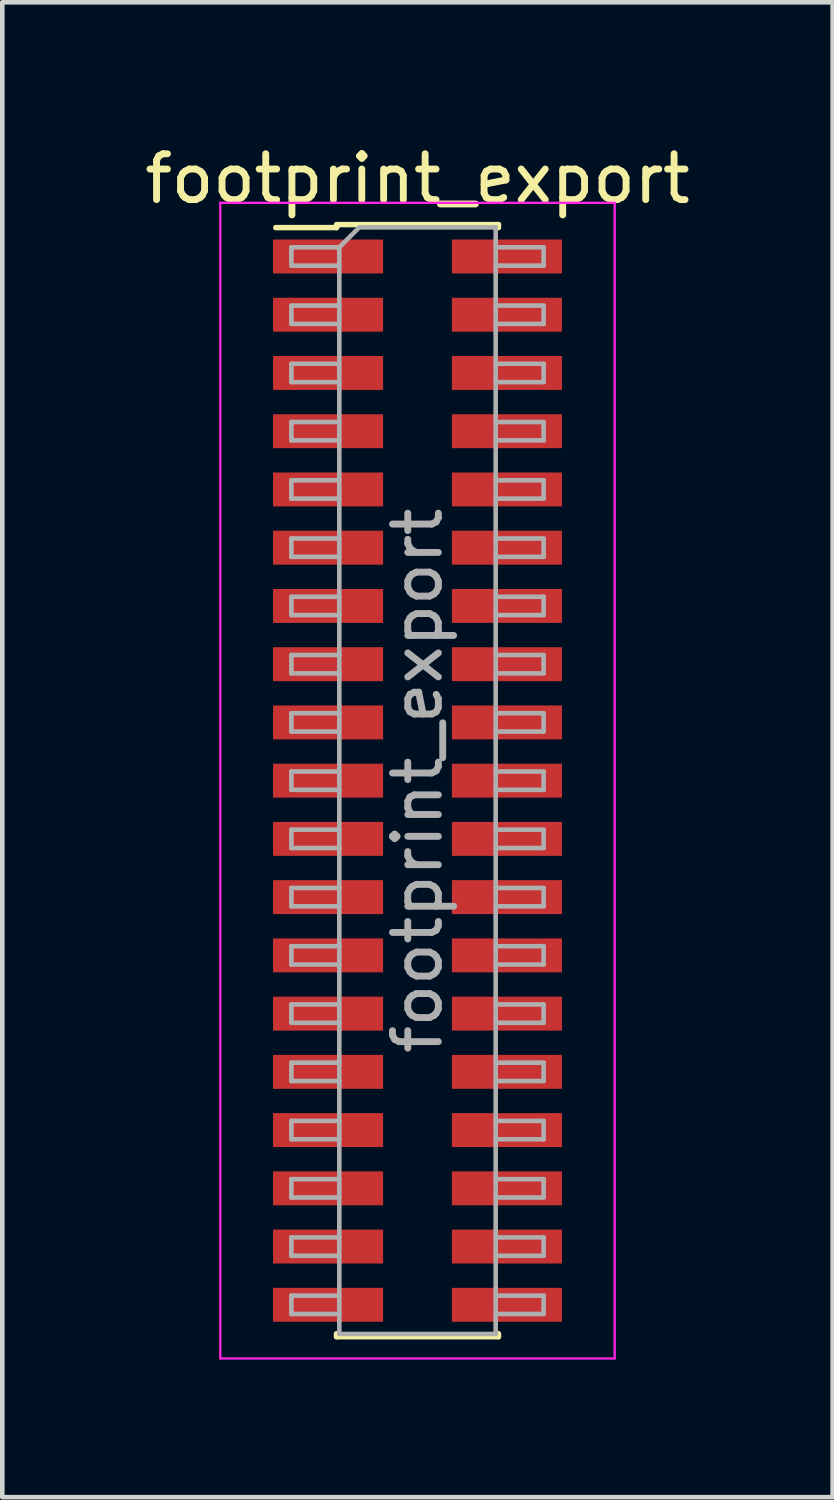
<source format=kicad_pcb>
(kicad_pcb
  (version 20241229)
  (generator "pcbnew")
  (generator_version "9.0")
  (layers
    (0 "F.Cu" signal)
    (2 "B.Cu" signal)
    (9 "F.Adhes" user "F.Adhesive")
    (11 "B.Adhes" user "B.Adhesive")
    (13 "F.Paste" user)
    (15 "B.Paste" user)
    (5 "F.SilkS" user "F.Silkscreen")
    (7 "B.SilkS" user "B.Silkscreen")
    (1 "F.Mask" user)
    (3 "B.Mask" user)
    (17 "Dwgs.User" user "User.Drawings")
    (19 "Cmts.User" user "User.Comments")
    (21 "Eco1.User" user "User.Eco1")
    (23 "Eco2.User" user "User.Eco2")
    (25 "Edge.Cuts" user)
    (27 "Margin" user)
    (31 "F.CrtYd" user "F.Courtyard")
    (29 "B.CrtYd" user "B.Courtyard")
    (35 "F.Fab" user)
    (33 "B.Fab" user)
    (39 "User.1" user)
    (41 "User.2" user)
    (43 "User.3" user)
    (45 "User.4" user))
  (footprint "footprint_export"
    (layer "F.Cu")
    (at 6.054 13.973)
    (property "Reference" "footprint_export" (at 0 -13.125 0) (layer "F.SilkS") (effects (font (size 1 1) (thickness 0.15))))
    (attr smd)
    (fp_line (start -3.09 -12.06) (end -1.765 -12.06) (stroke (width 0.12) (type solid)) (layer "F.SilkS"))
    (fp_line (start -1.765 -12.125) (end -1.765 -12.06) (stroke (width 0.12) (type solid)) (layer "F.SilkS"))
    (fp_line (start -1.765 -12.125) (end 1.765 -12.125) (stroke (width 0.12) (type solid)) (layer "F.SilkS"))
    (fp_line (start -1.765 12.06) (end -1.765 12.125) (stroke (width 0.12) (type solid)) (layer "F.SilkS"))
    (fp_line (start -1.765 12.125) (end 1.765 12.125) (stroke (width 0.12) (type solid)) (layer "F.SilkS"))
    (fp_line (start 1.765 -12.125) (end 1.765 -12.06) (stroke (width 0.12) (type solid)) (layer "F.SilkS"))
    (fp_line (start 1.765 12.06) (end 1.765 12.125) (stroke (width 0.12) (type solid)) (layer "F.SilkS"))
    (fp_line (start -4.3 -12.6) (end -4.3 12.6) (stroke (width 0.05) (type solid)) (layer "F.CrtYd"))
    (fp_line (start -4.3 12.6) (end 4.3 12.6) (stroke (width 0.05) (type solid)) (layer "F.CrtYd"))
    (fp_line (start 4.3 -12.6) (end -4.3 -12.6) (stroke (width 0.05) (type solid)) (layer "F.CrtYd"))
    (fp_line (start 4.3 12.6) (end 4.3 -12.6) (stroke (width 0.05) (type solid)) (layer "F.CrtYd"))
    (fp_line (start -2.75 -11.63) (end -2.75 -11.23) (stroke (width 0.1) (type solid)) (layer "F.Fab"))
    (fp_line (start -2.75 -11.23) (end -1.705 -11.23) (stroke (width 0.1) (type solid)) (layer "F.Fab"))
    (fp_line (start -2.75 -10.36) (end -2.75 -9.96) (stroke (width 0.1) (type solid)) (layer "F.Fab"))
    (fp_line (start -2.75 -9.96) (end -1.705 -9.96) (stroke (width 0.1) (type solid)) (layer "F.Fab"))
    (fp_line (start -2.75 -9.09) (end -2.75 -8.69) (stroke (width 0.1) (type solid)) (layer "F.Fab"))
    (fp_line (start -2.75 -8.69) (end -1.705 -8.69) (stroke (width 0.1) (type solid)) (layer "F.Fab"))
    (fp_line (start -2.75 -7.82) (end -2.75 -7.42) (stroke (width 0.1) (type solid)) (layer "F.Fab"))
    (fp_line (start -2.75 -7.42) (end -1.705 -7.42) (stroke (width 0.1) (type solid)) (layer "F.Fab"))
    (fp_line (start -2.75 -6.55) (end -2.75 -6.15) (stroke (width 0.1) (type solid)) (layer "F.Fab"))
    (fp_line (start -2.75 -6.15) (end -1.705 -6.15) (stroke (width 0.1) (type solid)) (layer "F.Fab"))
    (fp_line (start -2.75 -5.28) (end -2.75 -4.88) (stroke (width 0.1) (type solid)) (layer "F.Fab"))
    (fp_line (start -2.75 -4.88) (end -1.705 -4.88) (stroke (width 0.1) (type solid)) (layer "F.Fab"))
    (fp_line (start -2.75 -4.01) (end -2.75 -3.61) (stroke (width 0.1) (type solid)) (layer "F.Fab"))
    (fp_line (start -2.75 -3.61) (end -1.705 -3.61) (stroke (width 0.1) (type solid)) (layer "F.Fab"))
    (fp_line (start -2.75 -2.74) (end -2.75 -2.34) (stroke (width 0.1) (type solid)) (layer "F.Fab"))
    (fp_line (start -2.75 -2.34) (end -1.705 -2.34) (stroke (width 0.1) (type solid)) (layer "F.Fab"))
    (fp_line (start -2.75 -1.47) (end -2.75 -1.07) (stroke (width 0.1) (type solid)) (layer "F.Fab"))
    (fp_line (start -2.75 -1.07) (end -1.705 -1.07) (stroke (width 0.1) (type solid)) (layer "F.Fab"))
    (fp_line (start -2.75 -0.2) (end -2.75 0.2) (stroke (width 0.1) (type solid)) (layer "F.Fab"))
    (fp_line (start -2.75 0.2) (end -1.705 0.2) (stroke (width 0.1) (type solid)) (layer "F.Fab"))
    (fp_line (start -2.75 1.07) (end -2.75 1.47) (stroke (width 0.1) (type solid)) (layer "F.Fab"))
    (fp_line (start -2.75 1.47) (end -1.705 1.47) (stroke (width 0.1) (type solid)) (layer "F.Fab"))
    (fp_line (start -2.75 2.34) (end -2.75 2.74) (stroke (width 0.1) (type solid)) (layer "F.Fab"))
    (fp_line (start -2.75 2.74) (end -1.705 2.74) (stroke (width 0.1) (type solid)) (layer "F.Fab"))
    (fp_line (start -2.75 3.61) (end -2.75 4.01) (stroke (width 0.1) (type solid)) (layer "F.Fab"))
    (fp_line (start -2.75 4.01) (end -1.705 4.01) (stroke (width 0.1) (type solid)) (layer "F.Fab"))
    (fp_line (start -2.75 4.88) (end -2.75 5.28) (stroke (width 0.1) (type solid)) (layer "F.Fab"))
    (fp_line (start -2.75 5.28) (end -1.705 5.28) (stroke (width 0.1) (type solid)) (layer "F.Fab"))
    (fp_line (start -2.75 6.15) (end -2.75 6.55) (stroke (width 0.1) (type solid)) (layer "F.Fab"))
    (fp_line (start -2.75 6.55) (end -1.705 6.55) (stroke (width 0.1) (type solid)) (layer "F.Fab"))
    (fp_line (start -2.75 7.42) (end -2.75 7.82) (stroke (width 0.1) (type solid)) (layer "F.Fab"))
    (fp_line (start -2.75 7.82) (end -1.705 7.82) (stroke (width 0.1) (type solid)) (layer "F.Fab"))
    (fp_line (start -2.75 8.69) (end -2.75 9.09) (stroke (width 0.1) (type solid)) (layer "F.Fab"))
    (fp_line (start -2.75 9.09) (end -1.705 9.09) (stroke (width 0.1) (type solid)) (layer "F.Fab"))
    (fp_line (start -2.75 9.96) (end -2.75 10.36) (stroke (width 0.1) (type solid)) (layer "F.Fab"))
    (fp_line (start -2.75 10.36) (end -1.705 10.36) (stroke (width 0.1) (type solid)) (layer "F.Fab"))
    (fp_line (start -2.75 11.23) (end -2.75 11.63) (stroke (width 0.1) (type solid)) (layer "F.Fab"))
    (fp_line (start -2.75 11.63) (end -1.705 11.63) (stroke (width 0.1) (type solid)) (layer "F.Fab"))
    (fp_line (start -1.705 -11.63) (end -2.75 -11.63) (stroke (width 0.1) (type solid)) (layer "F.Fab"))
    (fp_line (start -1.705 -11.63) (end -1.27 -12.065) (stroke (width 0.1) (type solid)) (layer "F.Fab"))
    (fp_line (start -1.705 -10.36) (end -2.75 -10.36) (stroke (width 0.1) (type solid)) (layer "F.Fab"))
    (fp_line (start -1.705 -9.09) (end -2.75 -9.09) (stroke (width 0.1) (type solid)) (layer "F.Fab"))
    (fp_line (start -1.705 -7.82) (end -2.75 -7.82) (stroke (width 0.1) (type solid)) (layer "F.Fab"))
    (fp_line (start -1.705 -6.55) (end -2.75 -6.55) (stroke (width 0.1) (type solid)) (layer "F.Fab"))
    (fp_line (start -1.705 -5.28) (end -2.75 -5.28) (stroke (width 0.1) (type solid)) (layer "F.Fab"))
    (fp_line (start -1.705 -4.01) (end -2.75 -4.01) (stroke (width 0.1) (type solid)) (layer "F.Fab"))
    (fp_line (start -1.705 -2.74) (end -2.75 -2.74) (stroke (width 0.1) (type solid)) (layer "F.Fab"))
    (fp_line (start -1.705 -1.47) (end -2.75 -1.47) (stroke (width 0.1) (type solid)) (layer "F.Fab"))
    (fp_line (start -1.705 -0.2) (end -2.75 -0.2) (stroke (width 0.1) (type solid)) (layer "F.Fab"))
    (fp_line (start -1.705 1.07) (end -2.75 1.07) (stroke (width 0.1) (type solid)) (layer "F.Fab"))
    (fp_line (start -1.705 2.34) (end -2.75 2.34) (stroke (width 0.1) (type solid)) (layer "F.Fab"))
    (fp_line (start -1.705 3.61) (end -2.75 3.61) (stroke (width 0.1) (type solid)) (layer "F.Fab"))
    (fp_line (start -1.705 4.88) (end -2.75 4.88) (stroke (width 0.1) (type solid)) (layer "F.Fab"))
    (fp_line (start -1.705 6.15) (end -2.75 6.15) (stroke (width 0.1) (type solid)) (layer "F.Fab"))
    (fp_line (start -1.705 7.42) (end -2.75 7.42) (stroke (width 0.1) (type solid)) (layer "F.Fab"))
    (fp_line (start -1.705 8.69) (end -2.75 8.69) (stroke (width 0.1) (type solid)) (layer "F.Fab"))
    (fp_line (start -1.705 9.96) (end -2.75 9.96) (stroke (width 0.1) (type solid)) (layer "F.Fab"))
    (fp_line (start -1.705 11.23) (end -2.75 11.23) (stroke (width 0.1) (type solid)) (layer "F.Fab"))
    (fp_line (start -1.705 12.065) (end -1.705 -11.63) (stroke (width 0.1) (type solid)) (layer "F.Fab"))
    (fp_line (start -1.27 -12.065) (end 1.705 -12.065) (stroke (width 0.1) (type solid)) (layer "F.Fab"))
    (fp_line (start 1.705 -12.065) (end 1.705 12.065) (stroke (width 0.1) (type solid)) (layer "F.Fab"))
    (fp_line (start 1.705 -11.63) (end 2.75 -11.63) (stroke (width 0.1) (type solid)) (layer "F.Fab"))
    (fp_line (start 1.705 -10.36) (end 2.75 -10.36) (stroke (width 0.1) (type solid)) (layer "F.Fab"))
    (fp_line (start 1.705 -9.09) (end 2.75 -9.09) (stroke (width 0.1) (type solid)) (layer "F.Fab"))
    (fp_line (start 1.705 -7.82) (end 2.75 -7.82) (stroke (width 0.1) (type solid)) (layer "F.Fab"))
    (fp_line (start 1.705 -6.55) (end 2.75 -6.55) (stroke (width 0.1) (type solid)) (layer "F.Fab"))
    (fp_line (start 1.705 -5.28) (end 2.75 -5.28) (stroke (width 0.1) (type solid)) (layer "F.Fab"))
    (fp_line (start 1.705 -4.01) (end 2.75 -4.01) (stroke (width 0.1) (type solid)) (layer "F.Fab"))
    (fp_line (start 1.705 -2.74) (end 2.75 -2.74) (stroke (width 0.1) (type solid)) (layer "F.Fab"))
    (fp_line (start 1.705 -1.47) (end 2.75 -1.47) (stroke (width 0.1) (type solid)) (layer "F.Fab"))
    (fp_line (start 1.705 -0.2) (end 2.75 -0.2) (stroke (width 0.1) (type solid)) (layer "F.Fab"))
    (fp_line (start 1.705 1.07) (end 2.75 1.07) (stroke (width 0.1) (type solid)) (layer "F.Fab"))
    (fp_line (start 1.705 2.34) (end 2.75 2.34) (stroke (width 0.1) (type solid)) (layer "F.Fab"))
    (fp_line (start 1.705 3.61) (end 2.75 3.61) (stroke (width 0.1) (type solid)) (layer "F.Fab"))
    (fp_line (start 1.705 4.88) (end 2.75 4.88) (stroke (width 0.1) (type solid)) (layer "F.Fab"))
    (fp_line (start 1.705 6.15) (end 2.75 6.15) (stroke (width 0.1) (type solid)) (layer "F.Fab"))
    (fp_line (start 1.705 7.42) (end 2.75 7.42) (stroke (width 0.1) (type solid)) (layer "F.Fab"))
    (fp_line (start 1.705 8.69) (end 2.75 8.69) (stroke (width 0.1) (type solid)) (layer "F.Fab"))
    (fp_line (start 1.705 9.96) (end 2.75 9.96) (stroke (width 0.1) (type solid)) (layer "F.Fab"))
    (fp_line (start 1.705 11.23) (end 2.75 11.23) (stroke (width 0.1) (type solid)) (layer "F.Fab"))
    (fp_line (start 1.705 12.065) (end -1.705 12.065) (stroke (width 0.1) (type solid)) (layer "F.Fab"))
    (fp_line (start 2.75 -11.63) (end 2.75 -11.23) (stroke (width 0.1) (type solid)) (layer "F.Fab"))
    (fp_line (start 2.75 -11.23) (end 1.705 -11.23) (stroke (width 0.1) (type solid)) (layer "F.Fab"))
    (fp_line (start 2.75 -10.36) (end 2.75 -9.96) (stroke (width 0.1) (type solid)) (layer "F.Fab"))
    (fp_line (start 2.75 -9.96) (end 1.705 -9.96) (stroke (width 0.1) (type solid)) (layer "F.Fab"))
    (fp_line (start 2.75 -9.09) (end 2.75 -8.69) (stroke (width 0.1) (type solid)) (layer "F.Fab"))
    (fp_line (start 2.75 -8.69) (end 1.705 -8.69) (stroke (width 0.1) (type solid)) (layer "F.Fab"))
    (fp_line (start 2.75 -7.82) (end 2.75 -7.42) (stroke (width 0.1) (type solid)) (layer "F.Fab"))
    (fp_line (start 2.75 -7.42) (end 1.705 -7.42) (stroke (width 0.1) (type solid)) (layer "F.Fab"))
    (fp_line (start 2.75 -6.55) (end 2.75 -6.15) (stroke (width 0.1) (type solid)) (layer "F.Fab"))
    (fp_line (start 2.75 -6.15) (end 1.705 -6.15) (stroke (width 0.1) (type solid)) (layer "F.Fab"))
    (fp_line (start 2.75 -5.28) (end 2.75 -4.88) (stroke (width 0.1) (type solid)) (layer "F.Fab"))
    (fp_line (start 2.75 -4.88) (end 1.705 -4.88) (stroke (width 0.1) (type solid)) (layer "F.Fab"))
    (fp_line (start 2.75 -4.01) (end 2.75 -3.61) (stroke (width 0.1) (type solid)) (layer "F.Fab"))
    (fp_line (start 2.75 -3.61) (end 1.705 -3.61) (stroke (width 0.1) (type solid)) (layer "F.Fab"))
    (fp_line (start 2.75 -2.74) (end 2.75 -2.34) (stroke (width 0.1) (type solid)) (layer "F.Fab"))
    (fp_line (start 2.75 -2.34) (end 1.705 -2.34) (stroke (width 0.1) (type solid)) (layer "F.Fab"))
    (fp_line (start 2.75 -1.47) (end 2.75 -1.07) (stroke (width 0.1) (type solid)) (layer "F.Fab"))
    (fp_line (start 2.75 -1.07) (end 1.705 -1.07) (stroke (width 0.1) (type solid)) (layer "F.Fab"))
    (fp_line (start 2.75 -0.2) (end 2.75 0.2) (stroke (width 0.1) (type solid)) (layer "F.Fab"))
    (fp_line (start 2.75 0.2) (end 1.705 0.2) (stroke (width 0.1) (type solid)) (layer "F.Fab"))
    (fp_line (start 2.75 1.07) (end 2.75 1.47) (stroke (width 0.1) (type solid)) (layer "F.Fab"))
    (fp_line (start 2.75 1.47) (end 1.705 1.47) (stroke (width 0.1) (type solid)) (layer "F.Fab"))
    (fp_line (start 2.75 2.34) (end 2.75 2.74) (stroke (width 0.1) (type solid)) (layer "F.Fab"))
    (fp_line (start 2.75 2.74) (end 1.705 2.74) (stroke (width 0.1) (type solid)) (layer "F.Fab"))
    (fp_line (start 2.75 3.61) (end 2.75 4.01) (stroke (width 0.1) (type solid)) (layer "F.Fab"))
    (fp_line (start 2.75 4.01) (end 1.705 4.01) (stroke (width 0.1) (type solid)) (layer "F.Fab"))
    (fp_line (start 2.75 4.88) (end 2.75 5.28) (stroke (width 0.1) (type solid)) (layer "F.Fab"))
    (fp_line (start 2.75 5.28) (end 1.705 5.28) (stroke (width 0.1) (type solid)) (layer "F.Fab"))
    (fp_line (start 2.75 6.15) (end 2.75 6.55) (stroke (width 0.1) (type solid)) (layer "F.Fab"))
    (fp_line (start 2.75 6.55) (end 1.705 6.55) (stroke (width 0.1) (type solid)) (layer "F.Fab"))
    (fp_line (start 2.75 7.42) (end 2.75 7.82) (stroke (width 0.1) (type solid)) (layer "F.Fab"))
    (fp_line (start 2.75 7.82) (end 1.705 7.82) (stroke (width 0.1) (type solid)) (layer "F.Fab"))
    (fp_line (start 2.75 8.69) (end 2.75 9.09) (stroke (width 0.1) (type solid)) (layer "F.Fab"))
    (fp_line (start 2.75 9.09) (end 1.705 9.09) (stroke (width 0.1) (type solid)) (layer "F.Fab"))
    (fp_line (start 2.75 9.96) (end 2.75 10.36) (stroke (width 0.1) (type solid)) (layer "F.Fab"))
    (fp_line (start 2.75 10.36) (end 1.705 10.36) (stroke (width 0.1) (type solid)) (layer "F.Fab"))
    (fp_line (start 2.75 11.23) (end 2.75 11.63) (stroke (width 0.1) (type solid)) (layer "F.Fab"))
    (fp_line (start 2.75 11.63) (end 1.705 11.63) (stroke (width 0.1) (type solid)) (layer "F.Fab"))
    (fp_text user "${REFERENCE}" (at 0 0 90) (layer "F.Fab") (effects (font (size 1 1) (thickness 0.15))))
    (pad "1" smd rect (at -1.95 -11.43) (size 2.4 0.74) (layers "F.Cu" "F.Mask" "F.Paste"))
    (pad "2" smd rect (at 1.95 -11.43) (size 2.4 0.74) (layers "F.Cu" "F.Mask" "F.Paste"))
    (pad "3" smd rect (at -1.95 -10.16) (size 2.4 0.74) (layers "F.Cu" "F.Mask" "F.Paste"))
    (pad "4" smd rect (at 1.95 -10.16) (size 2.4 0.74) (layers "F.Cu" "F.Mask" "F.Paste"))
    (pad "5" smd rect (at -1.95 -8.89) (size 2.4 0.74) (layers "F.Cu" "F.Mask" "F.Paste"))
    (pad "6" smd rect (at 1.95 -8.89) (size 2.4 0.74) (layers "F.Cu" "F.Mask" "F.Paste"))
    (pad "7" smd rect (at -1.95 -7.62) (size 2.4 0.74) (layers "F.Cu" "F.Mask" "F.Paste"))
    (pad "8" smd rect (at 1.95 -7.62) (size 2.4 0.74) (layers "F.Cu" "F.Mask" "F.Paste"))
    (pad "9" smd rect (at -1.95 -6.35) (size 2.4 0.74) (layers "F.Cu" "F.Mask" "F.Paste"))
    (pad "10" smd rect (at 1.95 -6.35) (size 2.4 0.74) (layers "F.Cu" "F.Mask" "F.Paste"))
    (pad "11" smd rect (at -1.95 -5.08) (size 2.4 0.74) (layers "F.Cu" "F.Mask" "F.Paste"))
    (pad "12" smd rect (at 1.95 -5.08) (size 2.4 0.74) (layers "F.Cu" "F.Mask" "F.Paste"))
    (pad "13" smd rect (at -1.95 -3.81) (size 2.4 0.74) (layers "F.Cu" "F.Mask" "F.Paste"))
    (pad "14" smd rect (at 1.95 -3.81) (size 2.4 0.74) (layers "F.Cu" "F.Mask" "F.Paste"))
    (pad "15" smd rect (at -1.95 -2.54) (size 2.4 0.74) (layers "F.Cu" "F.Mask" "F.Paste"))
    (pad "16" smd rect (at 1.95 -2.54) (size 2.4 0.74) (layers "F.Cu" "F.Mask" "F.Paste"))
    (pad "17" smd rect (at -1.95 -1.27) (size 2.4 0.74) (layers "F.Cu" "F.Mask" "F.Paste"))
    (pad "18" smd rect (at 1.95 -1.27) (size 2.4 0.74) (layers "F.Cu" "F.Mask" "F.Paste"))
    (pad "19" smd rect (at -1.95 0) (size 2.4 0.74) (layers "F.Cu" "F.Mask" "F.Paste"))
    (pad "20" smd rect (at 1.95 0) (size 2.4 0.74) (layers "F.Cu" "F.Mask" "F.Paste"))
    (pad "21" smd rect (at -1.95 1.27) (size 2.4 0.74) (layers "F.Cu" "F.Mask" "F.Paste"))
    (pad "22" smd rect (at 1.95 1.27) (size 2.4 0.74) (layers "F.Cu" "F.Mask" "F.Paste"))
    (pad "23" smd rect (at -1.95 2.54) (size 2.4 0.74) (layers "F.Cu" "F.Mask" "F.Paste"))
    (pad "24" smd rect (at 1.95 2.54) (size 2.4 0.74) (layers "F.Cu" "F.Mask" "F.Paste"))
    (pad "25" smd rect (at -1.95 3.81) (size 2.4 0.74) (layers "F.Cu" "F.Mask" "F.Paste"))
    (pad "26" smd rect (at 1.95 3.81) (size 2.4 0.74) (layers "F.Cu" "F.Mask" "F.Paste"))
    (pad "27" smd rect (at -1.95 5.08) (size 2.4 0.74) (layers "F.Cu" "F.Mask" "F.Paste"))
    (pad "28" smd rect (at 1.95 5.08) (size 2.4 0.74) (layers "F.Cu" "F.Mask" "F.Paste"))
    (pad "29" smd rect (at -1.95 6.35) (size 2.4 0.74) (layers "F.Cu" "F.Mask" "F.Paste"))
    (pad "30" smd rect (at 1.95 6.35) (size 2.4 0.74) (layers "F.Cu" "F.Mask" "F.Paste"))
    (pad "31" smd rect (at -1.95 7.62) (size 2.4 0.74) (layers "F.Cu" "F.Mask" "F.Paste"))
    (pad "32" smd rect (at 1.95 7.62) (size 2.4 0.74) (layers "F.Cu" "F.Mask" "F.Paste"))
    (pad "33" smd rect (at -1.95 8.89) (size 2.4 0.74) (layers "F.Cu" "F.Mask" "F.Paste"))
    (pad "34" smd rect (at 1.95 8.89) (size 2.4 0.74) (layers "F.Cu" "F.Mask" "F.Paste"))
    (pad "35" smd rect (at -1.95 10.16) (size 2.4 0.74) (layers "F.Cu" "F.Mask" "F.Paste"))
    (pad "36" smd rect (at 1.95 10.16) (size 2.4 0.74) (layers "F.Cu" "F.Mask" "F.Paste"))
    (pad "37" smd rect (at -1.95 11.43) (size 2.4 0.74) (layers "F.Cu" "F.Mask" "F.Paste"))
    (pad "38" smd rect (at 1.95 11.43) (size 2.4 0.74) (layers "F.Cu" "F.Mask" "F.Paste")))
  (gr_rect
    (start -3 -3)
    (end 15.107 29.598)
    (stroke (width 0.1) (type default))
    (fill no)
    (layer "Edge.Cuts")))
</source>
